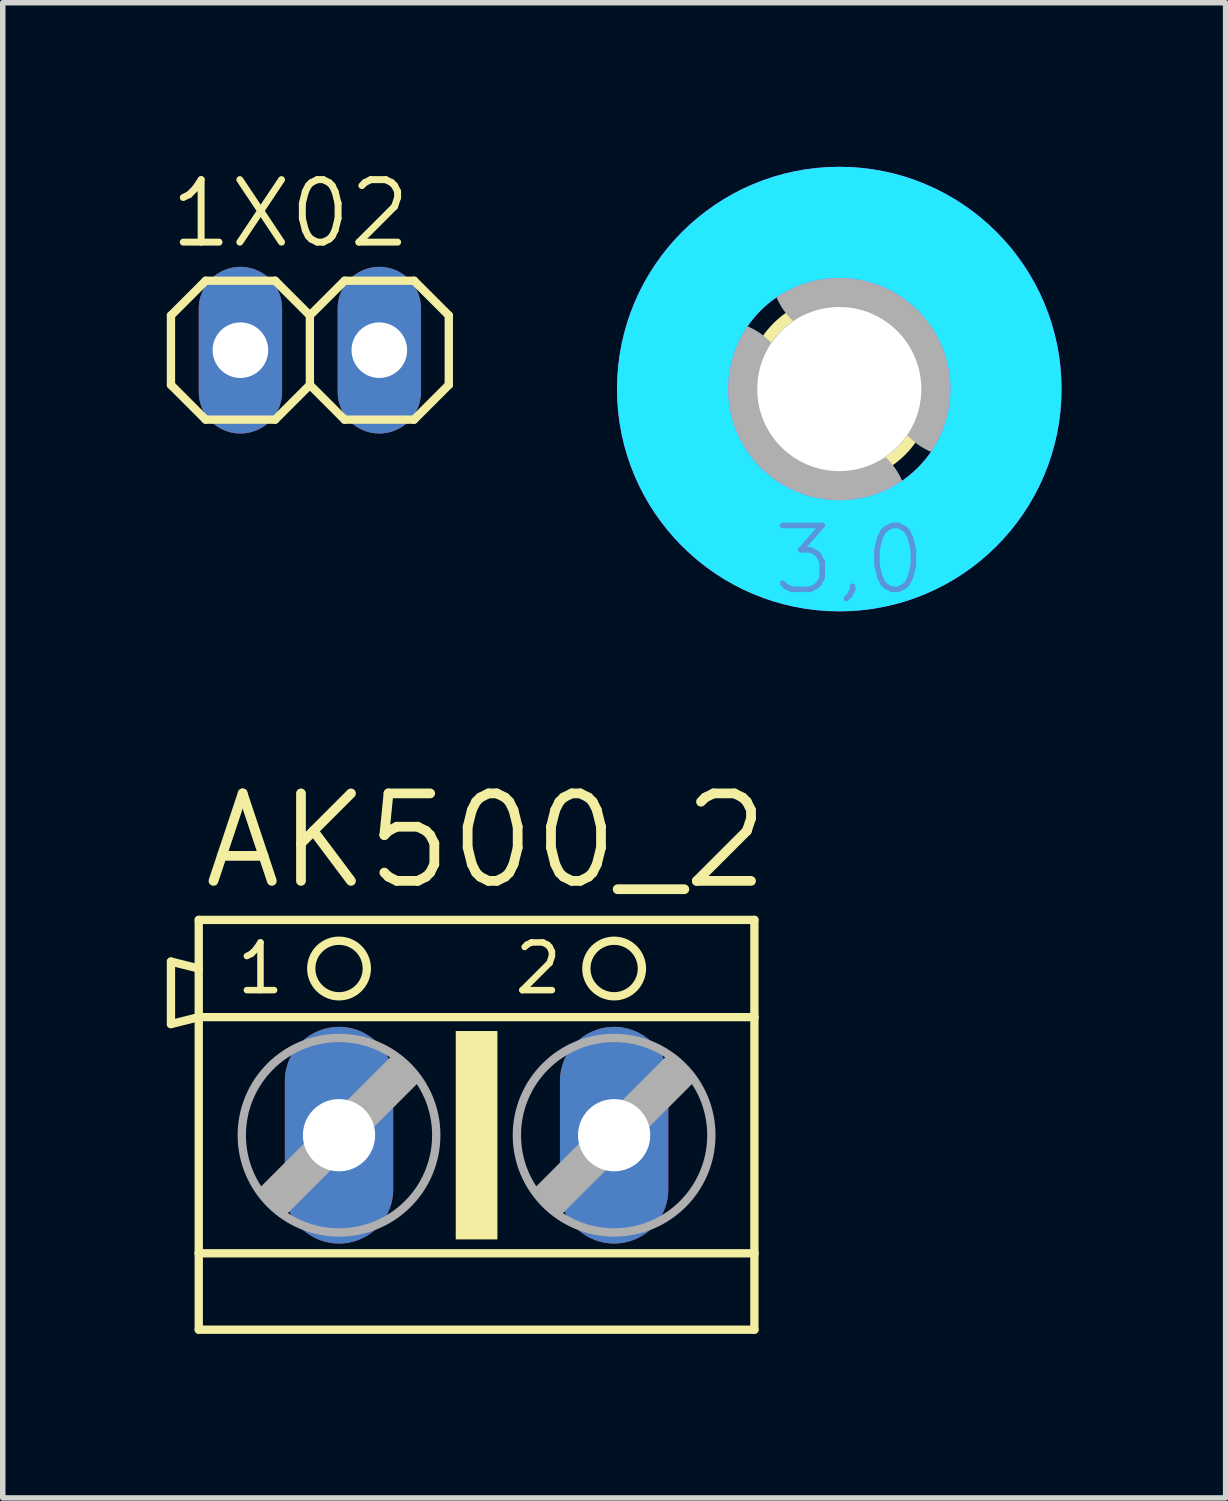
<source format=kicad_pcb>
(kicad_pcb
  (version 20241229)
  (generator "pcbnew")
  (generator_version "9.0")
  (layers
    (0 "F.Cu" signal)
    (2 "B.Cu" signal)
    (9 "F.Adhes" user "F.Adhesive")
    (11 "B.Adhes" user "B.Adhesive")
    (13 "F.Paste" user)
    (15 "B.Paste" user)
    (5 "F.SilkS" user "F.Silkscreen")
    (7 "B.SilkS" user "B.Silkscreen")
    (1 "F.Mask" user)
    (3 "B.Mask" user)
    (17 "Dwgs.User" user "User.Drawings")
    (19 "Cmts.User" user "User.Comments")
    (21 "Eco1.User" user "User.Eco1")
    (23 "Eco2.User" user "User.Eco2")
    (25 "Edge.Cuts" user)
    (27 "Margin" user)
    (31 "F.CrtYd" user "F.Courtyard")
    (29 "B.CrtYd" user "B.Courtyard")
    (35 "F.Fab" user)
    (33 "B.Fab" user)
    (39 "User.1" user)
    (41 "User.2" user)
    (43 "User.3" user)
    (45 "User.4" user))
  (footprint "AK500_2"
    (layer "F.Cu")
    (at 5.664 17.707)
    (property "Reference" "AK500_2" (at -5.08 -4.445 0) (unlocked yes) (layer "F.SilkS") (effects (font (size 1.6 1.6) (thickness 0.178)) (justify left bottom)))
    (fp_line (start -5.588 -3.175) (end -5.588 -2.032) (stroke (width 0.152) (type solid)) (layer "F.SilkS"))
    (fp_line (start -5.588 -2.032) (end -5.08 -2.159) (stroke (width 0.152) (type solid)) (layer "F.SilkS"))
    (fp_line (start -5.08 -3.048) (end -5.588 -3.175) (stroke (width 0.152) (type solid)) (layer "F.SilkS"))
    (fp_line (start -5.08 -3.048) (end -5.08 -3.937) (stroke (width 0.152) (type solid)) (layer "F.SilkS"))
    (fp_line (start -5.08 -2.159) (end -5.08 -3.048) (stroke (width 0.152) (type solid)) (layer "F.SilkS"))
    (fp_line (start -5.08 -2.159) (end 5.08 -2.159) (stroke (width 0.152) (type solid)) (layer "F.SilkS"))
    (fp_line (start -5.08 2.159) (end -5.08 -2.159) (stroke (width 0.152) (type solid)) (layer "F.SilkS"))
    (fp_line (start -5.08 2.159) (end 5.08 2.159) (stroke (width 0.152) (type solid)) (layer "F.SilkS"))
    (fp_line (start -5.08 3.556) (end -5.08 2.159) (stroke (width 0.152) (type solid)) (layer "F.SilkS"))
    (fp_line (start -5.08 3.556) (end 5.08 3.556) (stroke (width 0.152) (type solid)) (layer "F.SilkS"))
    (fp_line (start 5.08 -3.937) (end -5.08 -3.937) (stroke (width 0.152) (type solid)) (layer "F.SilkS"))
    (fp_line (start 5.08 -3.937) (end 5.08 -2.159) (stroke (width 0.152) (type solid)) (layer "F.SilkS"))
    (fp_line (start 5.08 -2.159) (end 5.08 2.159) (stroke (width 0.152) (type solid)) (layer "F.SilkS"))
    (fp_line (start 5.08 2.159) (end 5.08 3.556) (stroke (width 0.152) (type solid)) (layer "F.SilkS"))
    (fp_circle (center -2.515 -3.048) (end -2.007 -3.048) (stroke (width 0.152) (type solid)) (fill no) (layer "F.SilkS"))
    (fp_circle (center 2.515 -3.048) (end 3.023 -3.048) (stroke (width 0.152) (type solid)) (fill no) (layer "F.SilkS"))
    (fp_poly (pts (xy -0.381 1.905) (xy 0.381 1.905) (xy 0.381 -1.905) (xy -0.381 -1.905)) (stroke (width 0) (type default)) (fill yes) (layer "F.SilkS"))
    (fp_line (start -3.912 1.016) (end -3.531 1.397) (stroke (width 0.152) (type solid)) (layer "F.Fab"))
    (fp_line (start -3.912 1.016) (end -1.499 -1.397) (stroke (width 0.152) (type solid)) (layer "F.Fab"))
    (fp_line (start -3.531 1.016) (end -1.499 -1.016) (stroke (width 0.61) (type solid)) (layer "F.Fab"))
    (fp_line (start -3.531 1.397) (end -1.118 -1.016) (stroke (width 0.152) (type solid)) (layer "F.Fab"))
    (fp_line (start -1.499 -1.397) (end -1.118 -1.016) (stroke (width 0.152) (type solid)) (layer "F.Fab"))
    (fp_line (start 1.118 1.016) (end 1.499 1.397) (stroke (width 0.152) (type solid)) (layer "F.Fab"))
    (fp_line (start 1.118 1.016) (end 3.531 -1.397) (stroke (width 0.152) (type solid)) (layer "F.Fab"))
    (fp_line (start 1.499 1.016) (end 3.531 -1.016) (stroke (width 0.61) (type solid)) (layer "F.Fab"))
    (fp_line (start 1.499 1.397) (end 3.912 -1.016) (stroke (width 0.152) (type solid)) (layer "F.Fab"))
    (fp_line (start 3.531 -1.397) (end 3.912 -1.016) (stroke (width 0.152) (type solid)) (layer "F.Fab"))
    (fp_circle (center -2.515 0) (end -0.737 0) (stroke (width 0.152) (type solid)) (fill no) (layer "F.Fab"))
    (fp_circle (center 2.515 0) (end 4.293 0) (stroke (width 0.152) (type solid)) (fill no) (layer "F.Fab"))
    (fp_text user "2" (at 0.635 -2.54 0) (layer "F.SilkS") (effects (font (size 0.872 0.872) (thickness 0.119)) (justify left bottom)))
    (fp_text user "1" (at -4.445 -2.54 0) (layer "F.SilkS") (effects (font (size 0.872 0.872) (thickness 0.119)) (justify left bottom)))
    (pad "1" thru_hole oval (at -2.515 0 90) (size 3.962 1.981) (drill 1.321) (layers "*.Cu" "*.Mask"))
    (pad "2" thru_hole oval (at 2.515 0 90) (size 3.962 1.981) (drill 1.321) (layers "*.Cu" "*.Mask")))
  (footprint "3,0"
    (layer "F.Cu")
    (at 12.296 4.064)
    (property "Reference" "3,0" (at 0 0 0) (unlocked yes) (layer "F.SilkS") (effects (font (size 1.27 1.27) (thickness 0.15))))
    (fp_circle (center 0 0) (end 1.6 0) (stroke (width 0.203) (type solid)) (fill no) (layer "F.SilkS"))
    (fp_circle (center 0 0) (end 3.429 0) (stroke (width 0.152) (type solid)) (fill no) (layer "F.SilkS"))
    (fp_circle (center 0 0) (end 3.048 0) (stroke (width 2.032) (type solid)) (fill no) (layer "B.CrtYd"))
    (fp_circle (center 0 0) (end 3.048 0) (stroke (width 2.032) (type solid)) (fill no) (layer "F.CrtYd"))
    (fp_arc (start 0 -2.159) (mid 1.526644 -1.526644) (end 2.159 0) (stroke (width 2.4892) (type solid)) (layer "F.Fab"))
    (fp_arc (start 0 2.159) (mid -1.526644 1.526644) (end -2.159 0) (stroke (width 2.4892) (type solid)) (layer "F.Fab"))
    (fp_circle (center 0 0) (end 0.762 0) (stroke (width 0.457) (type solid)) (fill no) (layer "F.Fab"))
    (fp_text user "3,0" (at -1.27 3.81 0) (layer "Cmts.User") (effects (font (size 1.168 1.168) (thickness 0.102)) (justify left bottom)))
    (pad "" np_thru_hole circle (at 0 0) (size 3 3) (drill 3) (layers "*.Cu" "*.Mask"))
    (zone (net_name "") (layer "F.Cu") (hatch edge 0.5) (connect_pads) (min_thickness 0.25) (filled_areas_thickness no) (keepout (tracks not_allowed) (vias not_allowed) (pads not_allowed) (copperpour not_allowed) (footprints allowed)) (placement (enabled no)) (fill) (polygon (pts (xy 16.36 4.064) (xy 16.34 3.659) (xy 16.28 3.259) (xy 16.18 2.866) (xy 16.041 2.485) (xy 15.865 2.12) (xy 15.654 1.775) (xy 15.41 1.452) (xy 15.134 1.155) (xy 14.83 0.887) (xy 14.501 0.65) (xy 14.15 0.448) (xy 13.781 0.281) (xy 13.397 0.152) (xy 13.002 0.062) (xy 12.6 0.011) (xy 12.195 0.001) (xy 11.791 0.032) (xy 11.392 0.102) (xy 11.002 0.212) (xy 10.625 0.36) (xy 10.264 0.544) (xy 9.924 0.764) (xy 9.607 1.017) (xy 9.317 1.3) (xy 9.057 1.61) (xy 8.829 1.945) (xy 8.635 2.301) (xy 8.477 2.674) (xy 8.358 3.061) (xy 8.278 3.458) (xy 8.237 3.861) (xy 8.237 4.267) (xy 8.278 4.67) (xy 8.358 5.067) (xy 8.477 5.454) (xy 8.635 5.827) (xy 8.829 6.183) (xy 9.057 6.518) (xy 9.317 6.828) (xy 9.607 7.111) (xy 9.924 7.364) (xy 10.264 7.584) (xy 10.625 7.768) (xy 11.002 7.916) (xy 11.392 8.026) (xy 11.791 8.096) (xy 12.195 8.127) (xy 12.6 8.117) (xy 13.002 8.066) (xy 13.397 7.976) (xy 13.781 7.847) (xy 14.15 7.68) (xy 14.501 7.478) (xy 14.83 7.241) (xy 15.134 6.973) (xy 15.41 6.676) (xy 15.654 6.353) (xy 15.865 6.008) (xy 16.041 5.643) (xy 16.18 5.262) (xy 16.28 4.869) (xy 16.34 4.469))) (polygon (pts (xy 14.328 4.064) (xy 14.309 3.781) (xy 14.25 3.504) (xy 14.153 3.238) (xy 14.02 2.987) (xy 13.853 2.758) (xy 13.656 2.554) (xy 13.433 2.379) (xy 13.187 2.238) (xy 12.924 2.131) (xy 12.649 2.063) (xy 12.367 2.033) (xy 12.084 2.043) (xy 11.805 2.092) (xy 11.535 2.18) (xy 11.28 2.304) (xy 11.045 2.463) (xy 10.835 2.652) (xy 10.652 2.87) (xy 10.502 3.11) (xy 10.387 3.369) (xy 10.309 3.642) (xy 10.269 3.922) (xy 10.269 4.206) (xy 10.309 4.486) (xy 10.387 4.759) (xy 10.502 5.018) (xy 10.652 5.258) (xy 10.835 5.476) (xy 11.045 5.665) (xy 11.28 5.824) (xy 11.535 5.948) (xy 11.805 6.036) (xy 12.084 6.085) (xy 12.367 6.095) (xy 12.649 6.065) (xy 12.924 5.997) (xy 13.187 5.89) (xy 13.433 5.749) (xy 13.656 5.574) (xy 13.853 5.37) (xy 14.02 5.141) (xy 14.153 4.89) (xy 14.25 4.624) (xy 14.309 4.347))))
    (zone (net_name "") (layers "F.Cu" "B.Cu") (hatch edge 0.5) (connect_pads) (min_thickness 0.25) (filled_areas_thickness no) (keepout (tracks allowed) (vias not_allowed) (pads allowed) (copperpour allowed) (footprints allowed)) (placement (enabled no)) (fill) (polygon (pts (xy 16.36 4.064) (xy 16.34 3.659) (xy 16.28 3.259) (xy 16.18 2.866) (xy 16.041 2.485) (xy 15.865 2.12) (xy 15.654 1.775) (xy 15.41 1.452) (xy 15.134 1.155) (xy 14.83 0.887) (xy 14.501 0.65) (xy 14.15 0.448) (xy 13.781 0.281) (xy 13.397 0.152) (xy 13.002 0.062) (xy 12.6 0.011) (xy 12.195 0.001) (xy 11.791 0.032) (xy 11.392 0.102) (xy 11.002 0.212) (xy 10.625 0.36) (xy 10.264 0.544) (xy 9.924 0.764) (xy 9.607 1.017) (xy 9.317 1.3) (xy 9.057 1.61) (xy 8.829 1.945) (xy 8.635 2.301) (xy 8.477 2.674) (xy 8.358 3.061) (xy 8.278 3.458) (xy 8.237 3.861) (xy 8.237 4.267) (xy 8.278 4.67) (xy 8.358 5.067) (xy 8.477 5.454) (xy 8.635 5.827) (xy 8.829 6.183) (xy 9.057 6.518) (xy 9.317 6.828) (xy 9.607 7.111) (xy 9.924 7.364) (xy 10.264 7.584) (xy 10.625 7.768) (xy 11.002 7.916) (xy 11.392 8.026) (xy 11.791 8.096) (xy 12.195 8.127) (xy 12.6 8.117) (xy 13.002 8.066) (xy 13.397 7.976) (xy 13.781 7.847) (xy 14.15 7.68) (xy 14.501 7.478) (xy 14.83 7.241) (xy 15.134 6.973) (xy 15.41 6.676) (xy 15.654 6.353) (xy 15.865 6.008) (xy 16.041 5.643) (xy 16.18 5.262) (xy 16.28 4.869) (xy 16.34 4.469))) (polygon (pts (xy 14.328 4.064) (xy 14.309 3.781) (xy 14.25 3.504) (xy 14.153 3.238) (xy 14.02 2.987) (xy 13.853 2.758) (xy 13.656 2.554) (xy 13.433 2.379) (xy 13.187 2.238) (xy 12.924 2.131) (xy 12.649 2.063) (xy 12.367 2.033) (xy 12.084 2.043) (xy 11.805 2.092) (xy 11.535 2.18) (xy 11.28 2.304) (xy 11.045 2.463) (xy 10.835 2.652) (xy 10.652 2.87) (xy 10.502 3.11) (xy 10.387 3.369) (xy 10.309 3.642) (xy 10.269 3.922) (xy 10.269 4.206) (xy 10.309 4.486) (xy 10.387 4.759) (xy 10.502 5.018) (xy 10.652 5.258) (xy 10.835 5.476) (xy 11.045 5.665) (xy 11.28 5.824) (xy 11.535 5.948) (xy 11.805 6.036) (xy 12.084 6.085) (xy 12.367 6.095) (xy 12.649 6.065) (xy 12.924 5.997) (xy 13.187 5.89) (xy 13.433 5.749) (xy 13.656 5.574) (xy 13.853 5.37) (xy 14.02 5.141) (xy 14.153 4.89) (xy 14.25 4.624) (xy 14.309 4.347))))
    (zone (net_name "") (layer "B.Cu") (hatch edge 0.5) (connect_pads) (min_thickness 0.25) (filled_areas_thickness no) (keepout (tracks not_allowed) (vias not_allowed) (pads not_allowed) (copperpour not_allowed) (footprints allowed)) (placement (enabled no)) (fill) (polygon (pts (xy 16.36 4.064) (xy 16.34 3.659) (xy 16.28 3.259) (xy 16.18 2.866) (xy 16.041 2.485) (xy 15.865 2.12) (xy 15.654 1.775) (xy 15.41 1.452) (xy 15.134 1.155) (xy 14.83 0.887) (xy 14.501 0.65) (xy 14.15 0.448) (xy 13.781 0.281) (xy 13.397 0.152) (xy 13.002 0.062) (xy 12.6 0.011) (xy 12.195 0.001) (xy 11.791 0.032) (xy 11.392 0.102) (xy 11.002 0.212) (xy 10.625 0.36) (xy 10.264 0.544) (xy 9.924 0.764) (xy 9.607 1.017) (xy 9.317 1.3) (xy 9.057 1.61) (xy 8.829 1.945) (xy 8.635 2.301) (xy 8.477 2.674) (xy 8.358 3.061) (xy 8.278 3.458) (xy 8.237 3.861) (xy 8.237 4.267) (xy 8.278 4.67) (xy 8.358 5.067) (xy 8.477 5.454) (xy 8.635 5.827) (xy 8.829 6.183) (xy 9.057 6.518) (xy 9.317 6.828) (xy 9.607 7.111) (xy 9.924 7.364) (xy 10.264 7.584) (xy 10.625 7.768) (xy 11.002 7.916) (xy 11.392 8.026) (xy 11.791 8.096) (xy 12.195 8.127) (xy 12.6 8.117) (xy 13.002 8.066) (xy 13.397 7.976) (xy 13.781 7.847) (xy 14.15 7.68) (xy 14.501 7.478) (xy 14.83 7.241) (xy 15.134 6.973) (xy 15.41 6.676) (xy 15.654 6.353) (xy 15.865 6.008) (xy 16.041 5.643) (xy 16.18 5.262) (xy 16.28 4.869) (xy 16.34 4.469))) (polygon (pts (xy 14.328 4.064) (xy 14.309 3.781) (xy 14.25 3.504) (xy 14.153 3.238) (xy 14.02 2.987) (xy 13.853 2.758) (xy 13.656 2.554) (xy 13.433 2.379) (xy 13.187 2.238) (xy 12.924 2.131) (xy 12.649 2.063) (xy 12.367 2.033) (xy 12.084 2.043) (xy 11.805 2.092) (xy 11.535 2.18) (xy 11.28 2.304) (xy 11.045 2.463) (xy 10.835 2.652) (xy 10.652 2.87) (xy 10.502 3.11) (xy 10.387 3.369) (xy 10.309 3.642) (xy 10.269 3.922) (xy 10.269 4.206) (xy 10.309 4.486) (xy 10.387 4.759) (xy 10.502 5.018) (xy 10.652 5.258) (xy 10.835 5.476) (xy 11.045 5.665) (xy 11.28 5.824) (xy 11.535 5.948) (xy 11.805 6.036) (xy 12.084 6.085) (xy 12.367 6.095) (xy 12.649 6.065) (xy 12.924 5.997) (xy 13.187 5.89) (xy 13.433 5.749) (xy 13.656 5.574) (xy 13.853 5.37) (xy 14.02 5.141) (xy 14.153 4.89) (xy 14.25 4.624) (xy 14.309 4.347)))))
  (footprint "1X02"
    (layer "F.Cu")
    (at 2.616 3.353)
    (property "Reference" "1X02" (at -2.616 -1.829 0) (unlocked yes) (layer "F.SilkS") (effects (font (size 1.143 1.143) (thickness 0.127)) (justify left bottom)))
    (fp_line (start -2.54 -0.635) (end -2.54 0.635) (stroke (width 0.152) (type solid)) (layer "F.SilkS"))
    (fp_line (start -2.54 0.635) (end -1.905 1.27) (stroke (width 0.152) (type solid)) (layer "F.SilkS"))
    (fp_line (start -1.905 -1.27) (end -2.54 -0.635) (stroke (width 0.152) (type solid)) (layer "F.SilkS"))
    (fp_line (start -1.905 -1.27) (end -0.635 -1.27) (stroke (width 0.152) (type solid)) (layer "F.SilkS"))
    (fp_line (start -0.635 -1.27) (end 0 -0.635) (stroke (width 0.152) (type solid)) (layer "F.SilkS"))
    (fp_line (start -0.635 1.27) (end -1.905 1.27) (stroke (width 0.152) (type solid)) (layer "F.SilkS"))
    (fp_line (start 0 -0.635) (end 0 0.635) (stroke (width 0.152) (type solid)) (layer "F.SilkS"))
    (fp_line (start 0 -0.635) (end 0.635 -1.27) (stroke (width 0.152) (type solid)) (layer "F.SilkS"))
    (fp_line (start 0 0.635) (end -0.635 1.27) (stroke (width 0.152) (type solid)) (layer "F.SilkS"))
    (fp_line (start 0.635 -1.27) (end 1.905 -1.27) (stroke (width 0.152) (type solid)) (layer "F.SilkS"))
    (fp_line (start 0.635 1.27) (end 0 0.635) (stroke (width 0.152) (type solid)) (layer "F.SilkS"))
    (fp_line (start 1.905 -1.27) (end 2.54 -0.635) (stroke (width 0.152) (type solid)) (layer "F.SilkS"))
    (fp_line (start 1.905 1.27) (end 0.635 1.27) (stroke (width 0.152) (type solid)) (layer "F.SilkS"))
    (fp_line (start 2.54 -0.635) (end 2.54 0.635) (stroke (width 0.152) (type solid)) (layer "F.SilkS"))
    (fp_line (start 2.54 0.635) (end 1.905 1.27) (stroke (width 0.152) (type solid)) (layer "F.SilkS"))
    (fp_poly (pts (xy -1.524 0.254) (xy -1.016 0.254) (xy -1.016 -0.254) (xy -1.524 -0.254)) (stroke (width 0.1) (type default)) (fill no) (layer "F.Fab"))
    (fp_poly (pts (xy 1.016 0.254) (xy 1.524 0.254) (xy 1.524 -0.254) (xy 1.016 -0.254)) (stroke (width 0.1) (type default)) (fill no) (layer "F.Fab"))
    (pad "1" thru_hole oval (at -1.27 0 90) (size 3.048 1.524) (drill 1.016) (layers "*.Cu" "*.Mask"))
    (pad "2" thru_hole oval (at 1.27 0 90) (size 3.048 1.524) (drill 1.016) (layers "*.Cu" "*.Mask")))
  (gr_rect
    (start -3 -3)
    (end 19.36 24.339)
    (stroke (width 0.1) (type default))
    (fill no)
    (layer "Edge.Cuts")))
</source>
